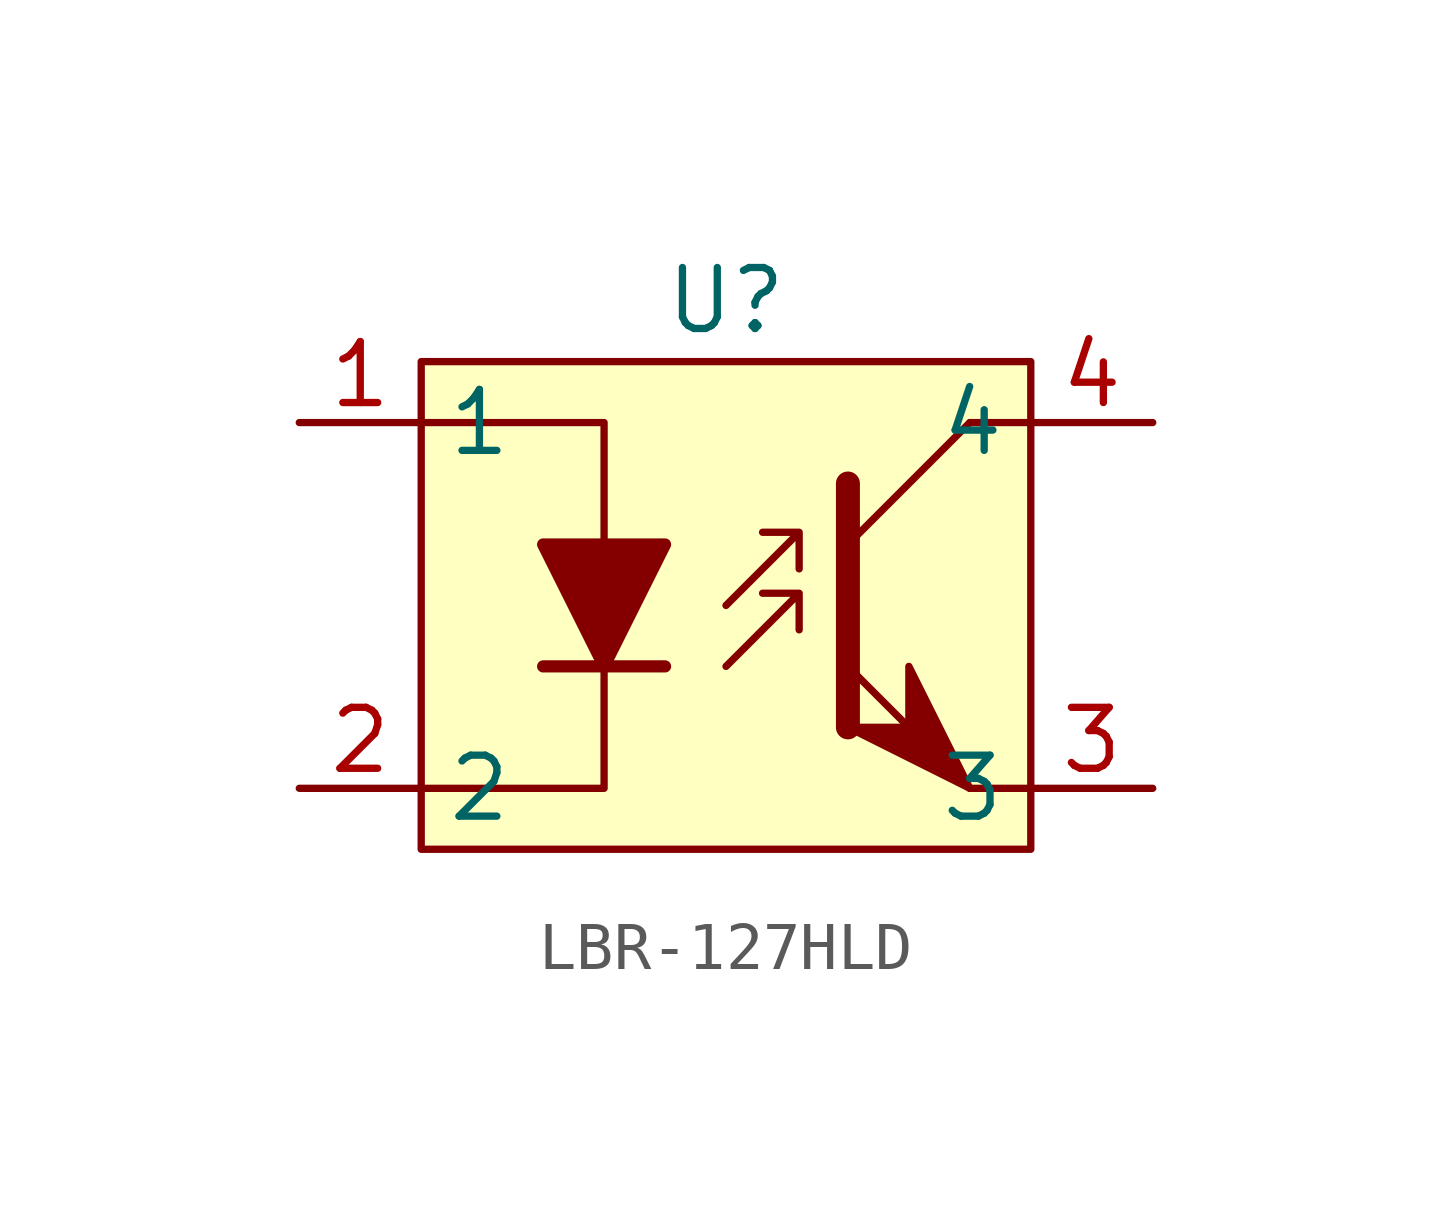
<source format=kicad_sym>
(kicad_symbol_lib
  (version 20220914)
  (generator kicad_symbol_editor)
  (symbol "LBR-127HLD"
    (property "Reference" "U"
      (at 0 6.35 0)
      (effects (font (size 1.27 1.27))))
    (property "Value" ""
      (at -0.635 1.905 0)
      (effects (font (size 1.27 1.27))))
    (symbol "LBR-127HLD_0_1"
      (polyline (pts (xy -1.27 -1.27) (xy -3.81 -1.27)) (stroke (width 0.254) (type default)) (fill (type none)))
      (polyline (pts (xy -2.54 1.27) (xy -2.54 3.81) (xy -6.35 3.81)) (stroke (width 0) (type default)) (fill (type none)))
      (polyline (pts (xy -2.54 -1.27) (xy -2.54 -3.81) (xy -5.08 -3.81) (xy -6.35 -3.81)) (stroke (width 0) (type default)) (fill (type none)))
      (polyline (pts (xy 0 -1.27) (xy 1.524 0.254) (xy 0.762 0.254) (xy 1.524 0.254) (xy 1.524 -0.508)) (stroke (width 0) (type default)) (fill (type none)))
      (polyline (pts (xy 0 0) (xy 1.524 1.524) (xy 0.762 1.524) (xy 1.524 1.524) (xy 1.524 0.762)) (stroke (width 0) (type default)) (fill (type none))))
    (symbol "LBR-127HLD_1_1"
      (rectangle (start -6.35 5.08) (end 6.35 -5.08) (stroke (width 0) (type default)) (fill (type background)))
      (polyline (pts (xy 2.54 2.54) (xy 2.54 -2.54)) (stroke (width 0.5) (type default)) (fill (type none)))
      (polyline (pts (xy 5.08 -3.81) (xy 2.54 -1.27)) (stroke (width 0) (type default)) (fill (type none)))
      (polyline (pts (xy 5.08 3.81) (xy 2.54 1.27)) (stroke (width 0) (type default)) (fill (type none)))
      (polyline (pts (xy 6.35 -3.81) (xy 5.08 -3.81)) (stroke (width 0) (type default)) (fill (type none)))
      (polyline (pts (xy 6.35 3.81) (xy 5.08 3.81) (xy 6.35 3.81)) (stroke (width 0) (type default)) (fill (type none)))
      (polyline (pts (xy -1.27 1.27) (xy -3.81 1.27) (xy -2.54 -1.27) (xy -1.27 1.27)) (stroke (width 0.254) (type default)) (fill (type outline)))
      (polyline (pts (xy 5.08 -3.81) (xy 3.81 -1.27) (xy 3.81 -2.54) (xy 2.54 -2.54) (xy 5.08 -3.81)) (stroke (width 0) (type default)) (fill (type outline)))
      (pin input line (at -8.89 3.81 0) (length 2.54) (name "1" (effects (font (size 1.27 1.27)))) (number "1" (effects (font (size 1.27 1.27)))))
      (pin input line (at -8.89 -3.81 0) (length 2.54) (name "2" (effects (font (size 1.27 1.27)))) (number "2" (effects (font (size 1.27 1.27)))))
      (pin input line (at 8.89 -3.81 180) (length 2.54) (name "3" (effects (font (size 1.27 1.27)))) (number "3" (effects (font (size 1.27 1.27)))))
      (pin input line (at 8.89 3.81 180) (length 2.54) (name "4" (effects (font (size 1.27 1.27)))) (number "4" (effects (font (size 1.27 1.27))))))))
</source>
